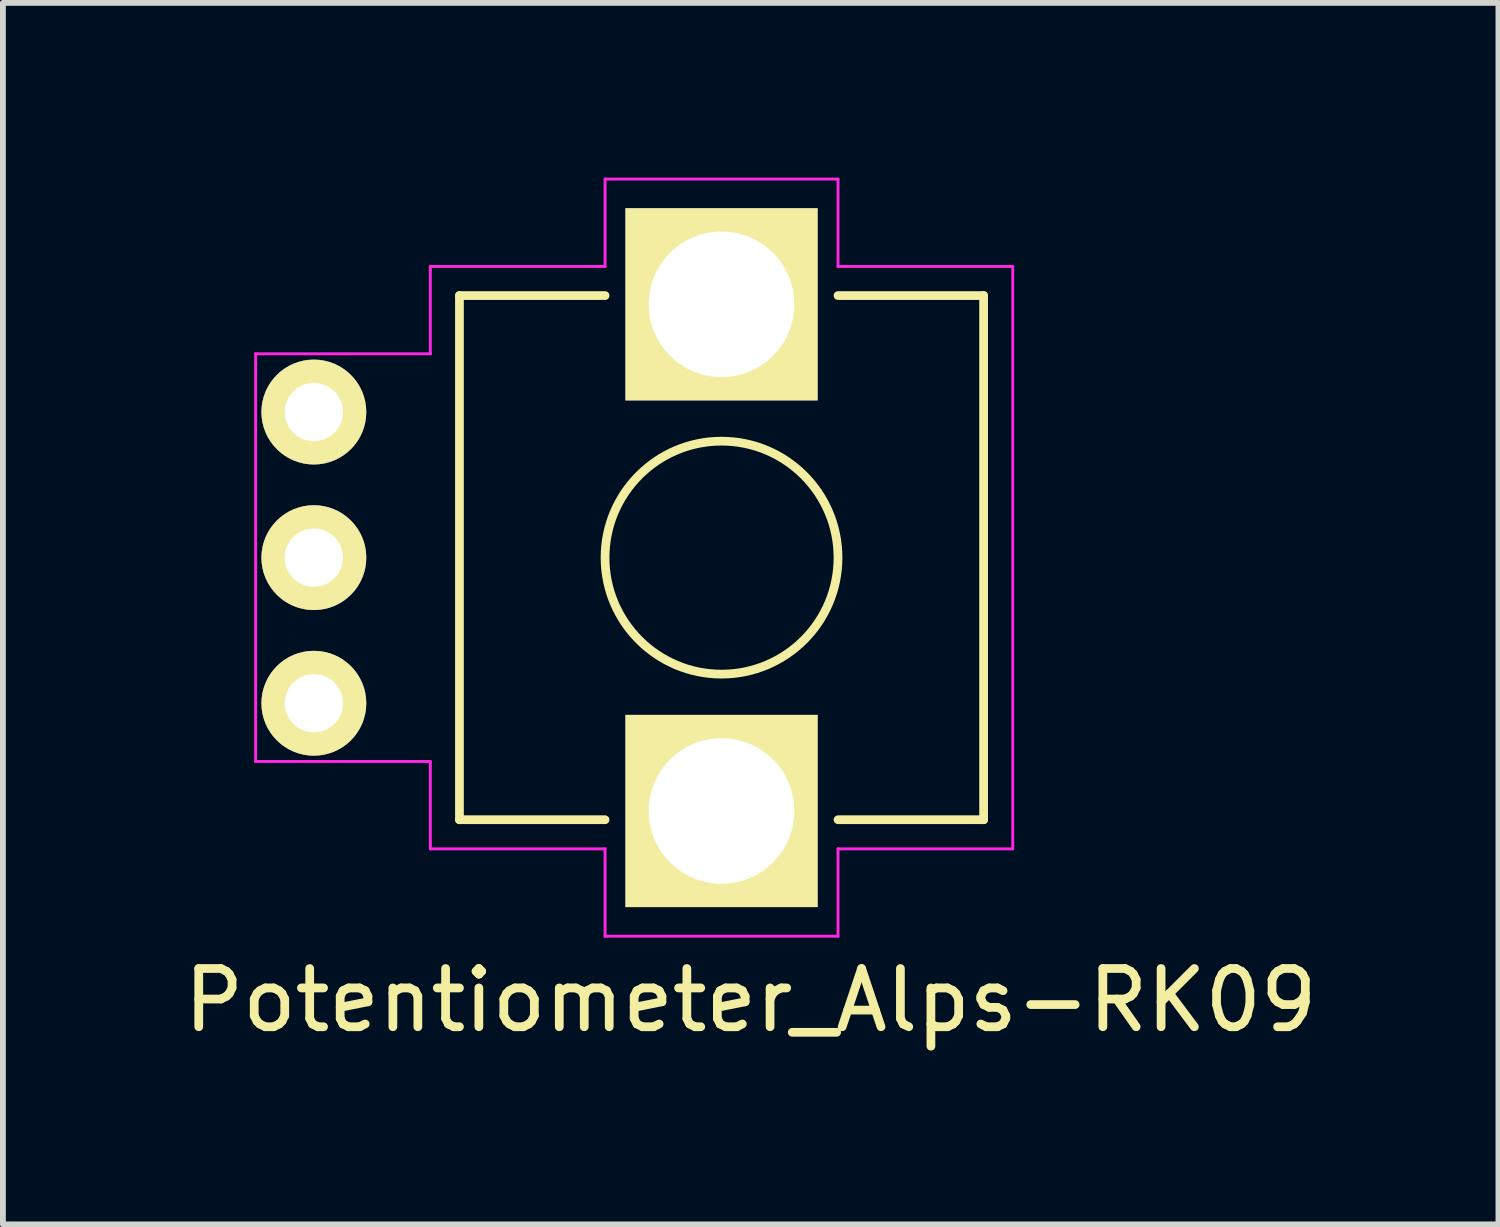
<source format=kicad_pcb>
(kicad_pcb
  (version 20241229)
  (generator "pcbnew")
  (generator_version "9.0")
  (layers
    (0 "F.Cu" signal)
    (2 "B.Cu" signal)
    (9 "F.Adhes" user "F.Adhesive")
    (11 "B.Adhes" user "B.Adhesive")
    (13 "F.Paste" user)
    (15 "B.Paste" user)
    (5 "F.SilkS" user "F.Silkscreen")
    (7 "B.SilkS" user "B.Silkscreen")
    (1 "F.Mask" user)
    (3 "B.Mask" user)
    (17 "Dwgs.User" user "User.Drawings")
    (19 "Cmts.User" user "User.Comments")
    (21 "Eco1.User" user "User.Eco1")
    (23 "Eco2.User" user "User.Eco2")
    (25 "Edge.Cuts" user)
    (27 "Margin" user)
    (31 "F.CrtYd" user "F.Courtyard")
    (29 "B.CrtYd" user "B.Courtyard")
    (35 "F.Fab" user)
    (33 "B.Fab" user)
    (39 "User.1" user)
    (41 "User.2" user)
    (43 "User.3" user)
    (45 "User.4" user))
  (footprint "Potentiometer_Alps-RK09"
    (layer "F.Cu")
    (at 9.339 6.525)
    (property "Reference" "Potentiometer_Alps-RK09" (at 0.5 7.6 180) (layer "F.SilkS") (effects (font (size 1 1) (thickness 0.15))))
    (attr through_hole)
    (fp_line (start -4.5 -4.5) (end -4.5 4.5) (stroke (width 0.15) (type solid)) (layer "F.SilkS"))
    (fp_line (start -2 -4.5) (end -4.5 -4.5) (stroke (width 0.15) (type solid)) (layer "F.SilkS"))
    (fp_line (start -2 4.5) (end -4.5 4.5) (stroke (width 0.15) (type solid)) (layer "F.SilkS"))
    (fp_line (start 4.5 -4.5) (end 2 -4.5) (stroke (width 0.15) (type solid)) (layer "F.SilkS"))
    (fp_line (start 4.5 -4.5) (end 4.5 4.5) (stroke (width 0.15) (type solid)) (layer "F.SilkS"))
    (fp_line (start 4.5 4.5) (end 2 4.5) (stroke (width 0.15) (type solid)) (layer "F.SilkS"))
    (fp_circle (center 0 0) (end 2 0) (stroke (width 0.15) (type solid)) (fill no) (layer "F.SilkS"))
    (fp_line (start -8 -3.5) (end -5 -3.5) (stroke (width 0.05) (type solid)) (layer "F.CrtYd"))
    (fp_line (start -8 3.5) (end -8 -3.5) (stroke (width 0.05) (type solid)) (layer "F.CrtYd"))
    (fp_line (start -5 -5) (end -5 -3.5) (stroke (width 0.05) (type solid)) (layer "F.CrtYd"))
    (fp_line (start -5 3.5) (end -8 3.5) (stroke (width 0.05) (type solid)) (layer "F.CrtYd"))
    (fp_line (start -5 5) (end -5 3.5) (stroke (width 0.05) (type solid)) (layer "F.CrtYd"))
    (fp_line (start -2 -6.5) (end -2 -5) (stroke (width 0.05) (type solid)) (layer "F.CrtYd"))
    (fp_line (start -2 -6.5) (end 2 -6.5) (stroke (width 0.05) (type solid)) (layer "F.CrtYd"))
    (fp_line (start -2 -5) (end -5 -5) (stroke (width 0.05) (type solid)) (layer "F.CrtYd"))
    (fp_line (start -2 5) (end -5 5) (stroke (width 0.05) (type solid)) (layer "F.CrtYd"))
    (fp_line (start -2 6.5) (end -2 5) (stroke (width 0.05) (type solid)) (layer "F.CrtYd"))
    (fp_line (start 2 -6.5) (end 2 -5) (stroke (width 0.05) (type solid)) (layer "F.CrtYd"))
    (fp_line (start 2 -5) (end 5 -5) (stroke (width 0.05) (type solid)) (layer "F.CrtYd"))
    (fp_line (start 2 5) (end 2 6.5) (stroke (width 0.05) (type solid)) (layer "F.CrtYd"))
    (fp_line (start 2 6.5) (end -2 6.5) (stroke (width 0.05) (type solid)) (layer "F.CrtYd"))
    (fp_line (start 5 -5) (end 5 5) (stroke (width 0.05) (type solid)) (layer "F.CrtYd"))
    (fp_line (start 5 5) (end 2 5) (stroke (width 0.05) (type solid)) (layer "F.CrtYd"))
    (pad "1" thru_hole circle (at -7 -2.5 270) (size 1.8 1.8) (drill 1) (layers "*.Cu" "*.Mask" "F.SilkS"))
    (pad "2" thru_hole circle (at -7 0 270) (size 1.8 1.8) (drill 1) (layers "*.Cu" "*.Mask" "F.SilkS"))
    (pad "3" thru_hole circle (at -7 2.5 270) (size 1.8 1.8) (drill 1) (layers "*.Cu" "*.Mask" "F.SilkS"))
    (pad "4" thru_hole rect (at 0 -4.35 270) (size 3.3 3.3) (drill 2.5) (layers "*.Cu" "*.Mask" "F.SilkS"))
    (pad "5" thru_hole rect (at 0 4.35 270) (size 3.3 3.3) (drill 2.5) (layers "*.Cu" "*.Mask" "F.SilkS")))
  (gr_rect
    (start -3 -3)
    (end 22.679 17.973)
    (stroke (width 0.1) (type default))
    (fill no)
    (layer "Edge.Cuts")))
</source>
